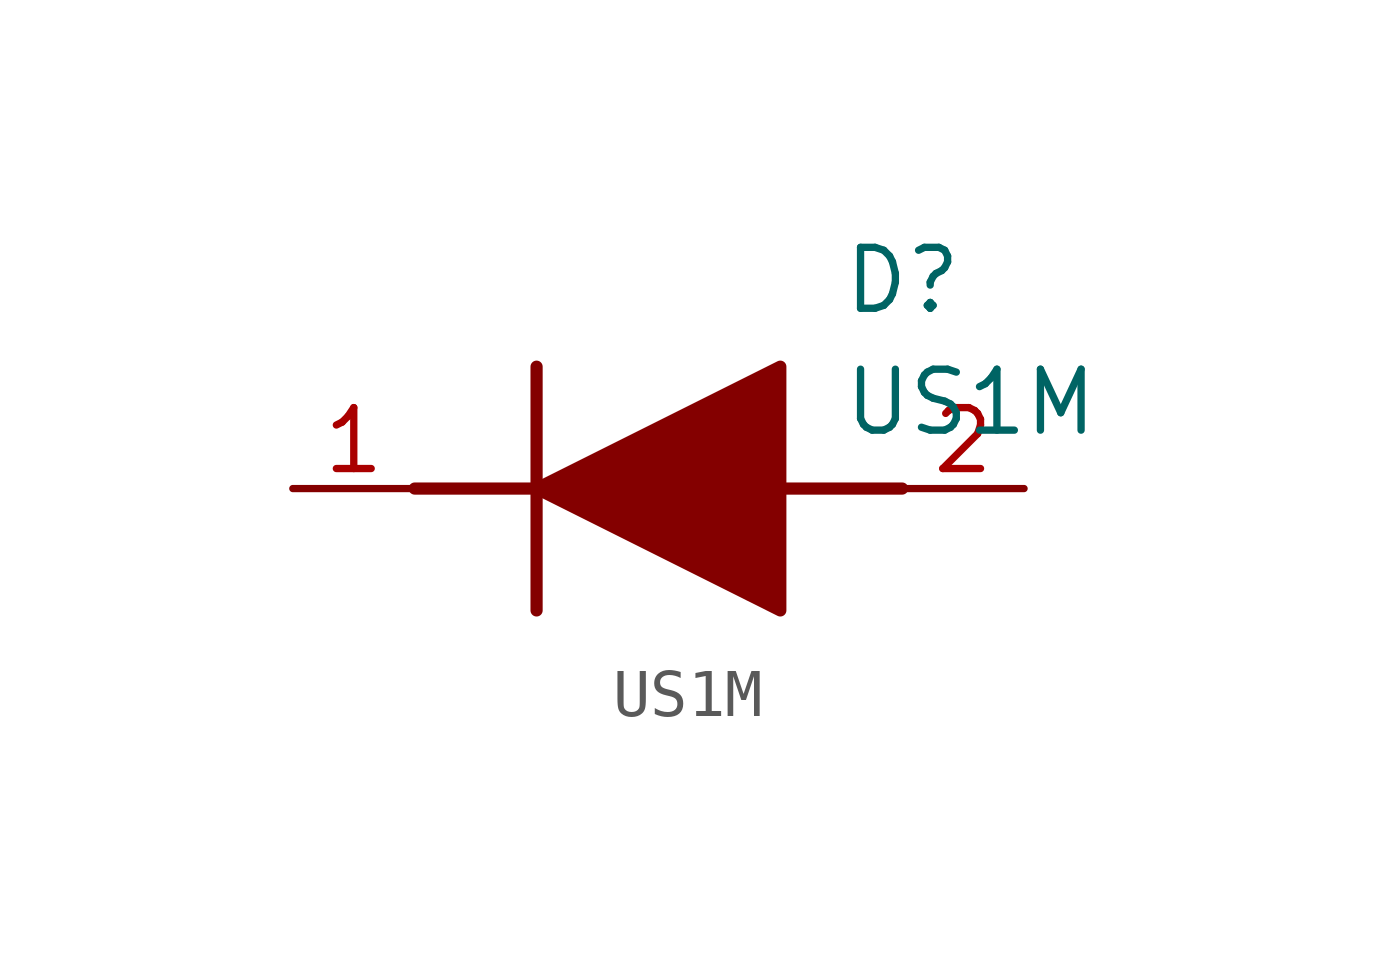
<source format=kicad_sym>
(kicad_symbol_lib
  (version 20211014)
  (generator SamacSys_ECAD_Model)
  (symbol "US1M"
    (pin_names hide)
    (property "Reference" "D"
      (at 11.43 5.08 0)
      (effects (font (size 1.27 1.27)) (justify left top)))
    (property "Value" "US1M"
      (at 11.43 2.54 0)
      (effects (font (size 1.27 1.27)) (justify left top)))
    (polyline
      (pts (xy 5.08 2.54) (xy 5.08 -2.54))
      (stroke (width 0.254) (type default))
      (fill (type none)))
    (polyline
      (pts (xy 2.54 0) (xy 5.08 0))
      (stroke (width 0.254) (type default))
      (fill (type none)))
    (polyline
      (pts (xy 10.16 0) (xy 12.7 0))
      (stroke (width 0.254) (type default))
      (fill (type none)))
    (polyline
      (pts (xy 5.08 0) (xy 10.16 2.54) (xy 10.16 -2.54) (xy 5.08 0))
      (stroke (width 0.254) (type default))
      (fill (type outline)))
    (pin passive line
      (at 0 0 0)
      (length 2.54)
      (name "K" (effects (font (size 1.27 1.27))))
      (number "1" (effects (font (size 1.27 1.27)))))
    (pin passive line
      (at 15.24 0 180)
      (length 2.54)
      (name "A" (effects (font (size 1.27 1.27))))
      (number "2" (effects (font (size 1.27 1.27)))))))
</source>
